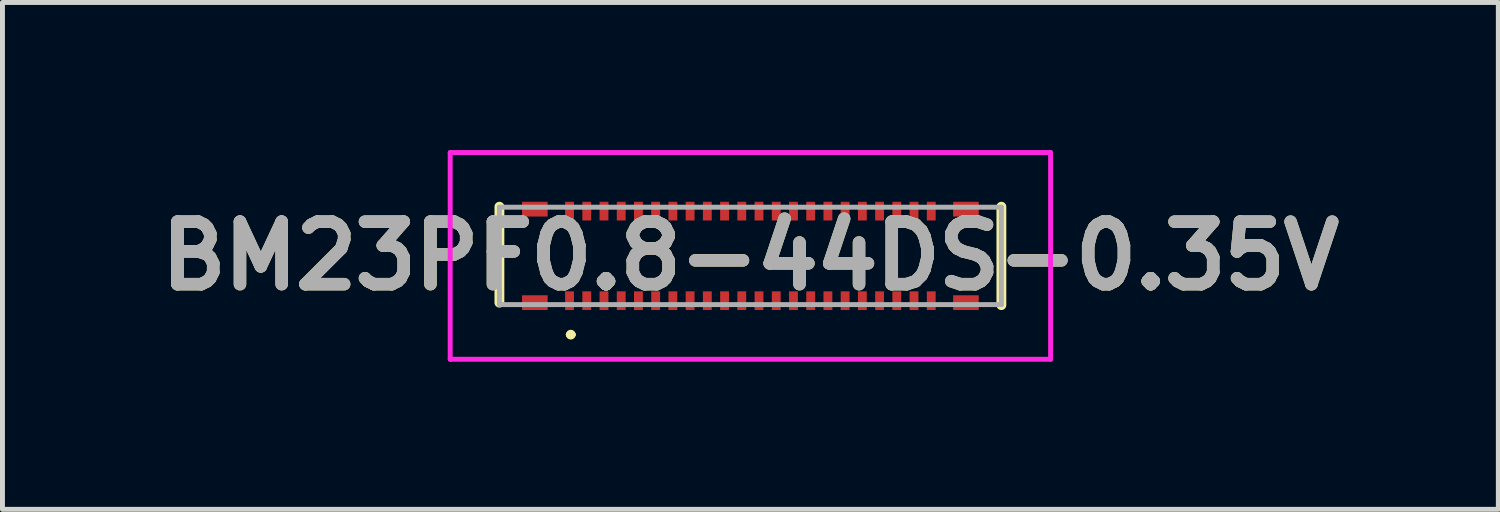
<source format=kicad_pcb>
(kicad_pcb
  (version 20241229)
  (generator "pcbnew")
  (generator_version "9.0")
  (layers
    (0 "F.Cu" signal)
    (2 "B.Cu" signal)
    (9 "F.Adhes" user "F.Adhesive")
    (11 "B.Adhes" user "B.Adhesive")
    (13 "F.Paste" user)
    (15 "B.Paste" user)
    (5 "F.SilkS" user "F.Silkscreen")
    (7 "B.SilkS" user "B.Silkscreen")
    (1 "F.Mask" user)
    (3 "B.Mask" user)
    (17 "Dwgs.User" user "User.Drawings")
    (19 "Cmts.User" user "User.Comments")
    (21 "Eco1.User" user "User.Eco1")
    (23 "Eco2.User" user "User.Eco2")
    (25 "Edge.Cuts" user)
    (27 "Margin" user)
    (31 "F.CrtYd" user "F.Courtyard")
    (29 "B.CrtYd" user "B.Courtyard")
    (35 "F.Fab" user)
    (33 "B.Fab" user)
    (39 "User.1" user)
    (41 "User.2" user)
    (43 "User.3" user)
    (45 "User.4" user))
  (footprint "BM23PF0.8-44DS-0.35V"
    (layer "F.Cu")
    (at 12.198 2.15)
    (property "Reference" "BM23PF0.8-44DS-0.35V" (at 0 0 0) (layer "F.SilkS") (effects (font (size 1.27 1.27) (thickness 0.254))))
    (attr smd)
    (fp_line (start -5.1 -1) (end -5.1 0.95) (stroke (width 0.2) (type solid)) (layer "F.SilkS"))
    (fp_line (start -3.7 1.6) (end -3.7 1.6) (stroke (width 0.1) (type solid)) (layer "F.SilkS"))
    (fp_line (start -3.6 1.6) (end -3.6 1.6) (stroke (width 0.1) (type solid)) (layer "F.SilkS"))
    (fp_line (start 5.1 -1) (end 5.1 1) (stroke (width 0.2) (type solid)) (layer "F.SilkS"))
    (fp_arc (start -3.7 1.6) (mid -3.65 1.55) (end -3.6 1.6) (stroke (width 0.1) (type solid)) (layer "F.SilkS"))
    (fp_arc (start -3.6 1.6) (mid -3.65 1.65) (end -3.7 1.6) (stroke (width 0.1) (type solid)) (layer "F.SilkS"))
    (fp_line (start -6.1 -2.1) (end 6.1 -2.1) (stroke (width 0.1) (type solid)) (layer "F.CrtYd"))
    (fp_line (start -6.1 2.1) (end -6.1 -2.1) (stroke (width 0.1) (type solid)) (layer "F.CrtYd"))
    (fp_line (start 6.1 -2.1) (end 6.1 2.1) (stroke (width 0.1) (type solid)) (layer "F.CrtYd"))
    (fp_line (start 6.1 2.1) (end -6.1 2.1) (stroke (width 0.1) (type solid)) (layer "F.CrtYd"))
    (fp_line (start -5.1 -0.99) (end 5.1 -0.99) (stroke (width 0.1) (type solid)) (layer "F.Fab"))
    (fp_line (start -5.1 0.99) (end -5.1 -0.99) (stroke (width 0.1) (type solid)) (layer "F.Fab"))
    (fp_line (start 5.1 -0.99) (end 5.1 0.99) (stroke (width 0.1) (type solid)) (layer "F.Fab"))
    (fp_line (start 5.1 0.99) (end -5.1 0.99) (stroke (width 0.1) (type solid)) (layer "F.Fab"))
    (fp_text user "${REFERENCE}" (at 0 0 0) (layer "F.Fab") (effects (font (size 1.27 1.27) (thickness 0.254))))
    (pad "1" smd rect (at -3.675 0.91) (size 0.18 0.38) (layers "F.Cu" "F.Mask" "F.Paste"))
    (pad "2" smd rect (at -3.325 0.91) (size 0.18 0.38) (layers "F.Cu" "F.Mask" "F.Paste"))
    (pad "3" smd rect (at -2.975 0.91) (size 0.18 0.38) (layers "F.Cu" "F.Mask" "F.Paste"))
    (pad "4" smd rect (at -2.625 0.91) (size 0.18 0.38) (layers "F.Cu" "F.Mask" "F.Paste"))
    (pad "5" smd rect (at -2.275 0.91) (size 0.18 0.38) (layers "F.Cu" "F.Mask" "F.Paste"))
    (pad "6" smd rect (at -1.925 0.91) (size 0.18 0.38) (layers "F.Cu" "F.Mask" "F.Paste"))
    (pad "7" smd rect (at -1.575 0.91) (size 0.18 0.38) (layers "F.Cu" "F.Mask" "F.Paste"))
    (pad "8" smd rect (at -1.225 0.91) (size 0.18 0.38) (layers "F.Cu" "F.Mask" "F.Paste"))
    (pad "9" smd rect (at -0.875 0.91) (size 0.18 0.38) (layers "F.Cu" "F.Mask" "F.Paste"))
    (pad "10" smd rect (at -0.525 0.91) (size 0.18 0.38) (layers "F.Cu" "F.Mask" "F.Paste"))
    (pad "11" smd rect (at -0.175 0.91) (size 0.18 0.38) (layers "F.Cu" "F.Mask" "F.Paste"))
    (pad "12" smd rect (at 0.175 0.91) (size 0.18 0.38) (layers "F.Cu" "F.Mask" "F.Paste"))
    (pad "13" smd rect (at 0.525 0.91) (size 0.18 0.38) (layers "F.Cu" "F.Mask" "F.Paste"))
    (pad "14" smd rect (at 0.875 0.91) (size 0.18 0.38) (layers "F.Cu" "F.Mask" "F.Paste"))
    (pad "15" smd rect (at 1.225 0.91) (size 0.18 0.38) (layers "F.Cu" "F.Mask" "F.Paste"))
    (pad "16" smd rect (at 1.575 0.91) (size 0.18 0.38) (layers "F.Cu" "F.Mask" "F.Paste"))
    (pad "17" smd rect (at 1.925 0.91) (size 0.18 0.38) (layers "F.Cu" "F.Mask" "F.Paste"))
    (pad "18" smd rect (at 2.275 0.91) (size 0.18 0.38) (layers "F.Cu" "F.Mask" "F.Paste"))
    (pad "19" smd rect (at 2.625 0.91) (size 0.18 0.38) (layers "F.Cu" "F.Mask" "F.Paste"))
    (pad "20" smd rect (at 2.975 0.91) (size 0.18 0.38) (layers "F.Cu" "F.Mask" "F.Paste"))
    (pad "21" smd rect (at 3.325 0.91) (size 0.18 0.38) (layers "F.Cu" "F.Mask" "F.Paste"))
    (pad "22" smd rect (at 3.675 0.91) (size 0.18 0.38) (layers "F.Cu" "F.Mask" "F.Paste"))
    (pad "23" smd rect (at 3.675 -0.91) (size 0.18 0.38) (layers "F.Cu" "F.Mask" "F.Paste"))
    (pad "24" smd rect (at 3.325 -0.91) (size 0.18 0.38) (layers "F.Cu" "F.Mask" "F.Paste"))
    (pad "25" smd rect (at 2.975 -0.91) (size 0.18 0.38) (layers "F.Cu" "F.Mask" "F.Paste"))
    (pad "26" smd rect (at 2.625 -0.91) (size 0.18 0.38) (layers "F.Cu" "F.Mask" "F.Paste"))
    (pad "27" smd rect (at 2.275 -0.91) (size 0.18 0.38) (layers "F.Cu" "F.Mask" "F.Paste"))
    (pad "28" smd rect (at 1.925 -0.91) (size 0.18 0.38) (layers "F.Cu" "F.Mask" "F.Paste"))
    (pad "29" smd rect (at 1.575 -0.91) (size 0.18 0.38) (layers "F.Cu" "F.Mask" "F.Paste"))
    (pad "30" smd rect (at 1.225 -0.91) (size 0.18 0.38) (layers "F.Cu" "F.Mask" "F.Paste"))
    (pad "31" smd rect (at 0.875 -0.91) (size 0.18 0.38) (layers "F.Cu" "F.Mask" "F.Paste"))
    (pad "32" smd rect (at 0.525 -0.91) (size 0.18 0.38) (layers "F.Cu" "F.Mask" "F.Paste"))
    (pad "33" smd rect (at 0.175 -0.91) (size 0.18 0.38) (layers "F.Cu" "F.Mask" "F.Paste"))
    (pad "34" smd rect (at -0.175 -0.91) (size 0.18 0.38) (layers "F.Cu" "F.Mask" "F.Paste"))
    (pad "35" smd rect (at -0.525 -0.91) (size 0.18 0.38) (layers "F.Cu" "F.Mask" "F.Paste"))
    (pad "36" smd rect (at -0.875 -0.91) (size 0.18 0.38) (layers "F.Cu" "F.Mask" "F.Paste"))
    (pad "37" smd rect (at -1.225 -0.91) (size 0.18 0.38) (layers "F.Cu" "F.Mask" "F.Paste"))
    (pad "38" smd rect (at -1.575 -0.91) (size 0.18 0.38) (layers "F.Cu" "F.Mask" "F.Paste"))
    (pad "39" smd rect (at -1.925 -0.91) (size 0.18 0.38) (layers "F.Cu" "F.Mask" "F.Paste"))
    (pad "40" smd rect (at -2.275 -0.91) (size 0.18 0.38) (layers "F.Cu" "F.Mask" "F.Paste"))
    (pad "41" smd rect (at -2.625 -0.91) (size 0.18 0.38) (layers "F.Cu" "F.Mask" "F.Paste"))
    (pad "42" smd rect (at -2.975 -0.91) (size 0.18 0.38) (layers "F.Cu" "F.Mask" "F.Paste"))
    (pad "43" smd rect (at -3.325 -0.91) (size 0.18 0.38) (layers "F.Cu" "F.Mask" "F.Paste"))
    (pad "44" smd rect (at -3.675 -0.91) (size 0.18 0.38) (layers "F.Cu" "F.Mask" "F.Paste"))
    (pad "45" smd rect (at -4.38 0.95 90) (size 0.3 0.52) (layers "F.Cu" "F.Mask" "F.Paste"))
    (pad "46" smd rect (at -4.38 -0.95 90) (size 0.3 0.52) (layers "F.Cu" "F.Mask" "F.Paste"))
    (pad "47" smd rect (at 4.38 0.95 90) (size 0.3 0.52) (layers "F.Cu" "F.Mask" "F.Paste"))
    (pad "48" smd rect (at 4.38 -0.95 90) (size 0.3 0.52) (layers "F.Cu" "F.Mask" "F.Paste")))
  (gr_rect
    (start -3 -3)
    (end 27.396 7.3)
    (stroke (width 0.1) (type default))
    (fill no)
    (layer "Edge.Cuts")))
</source>
